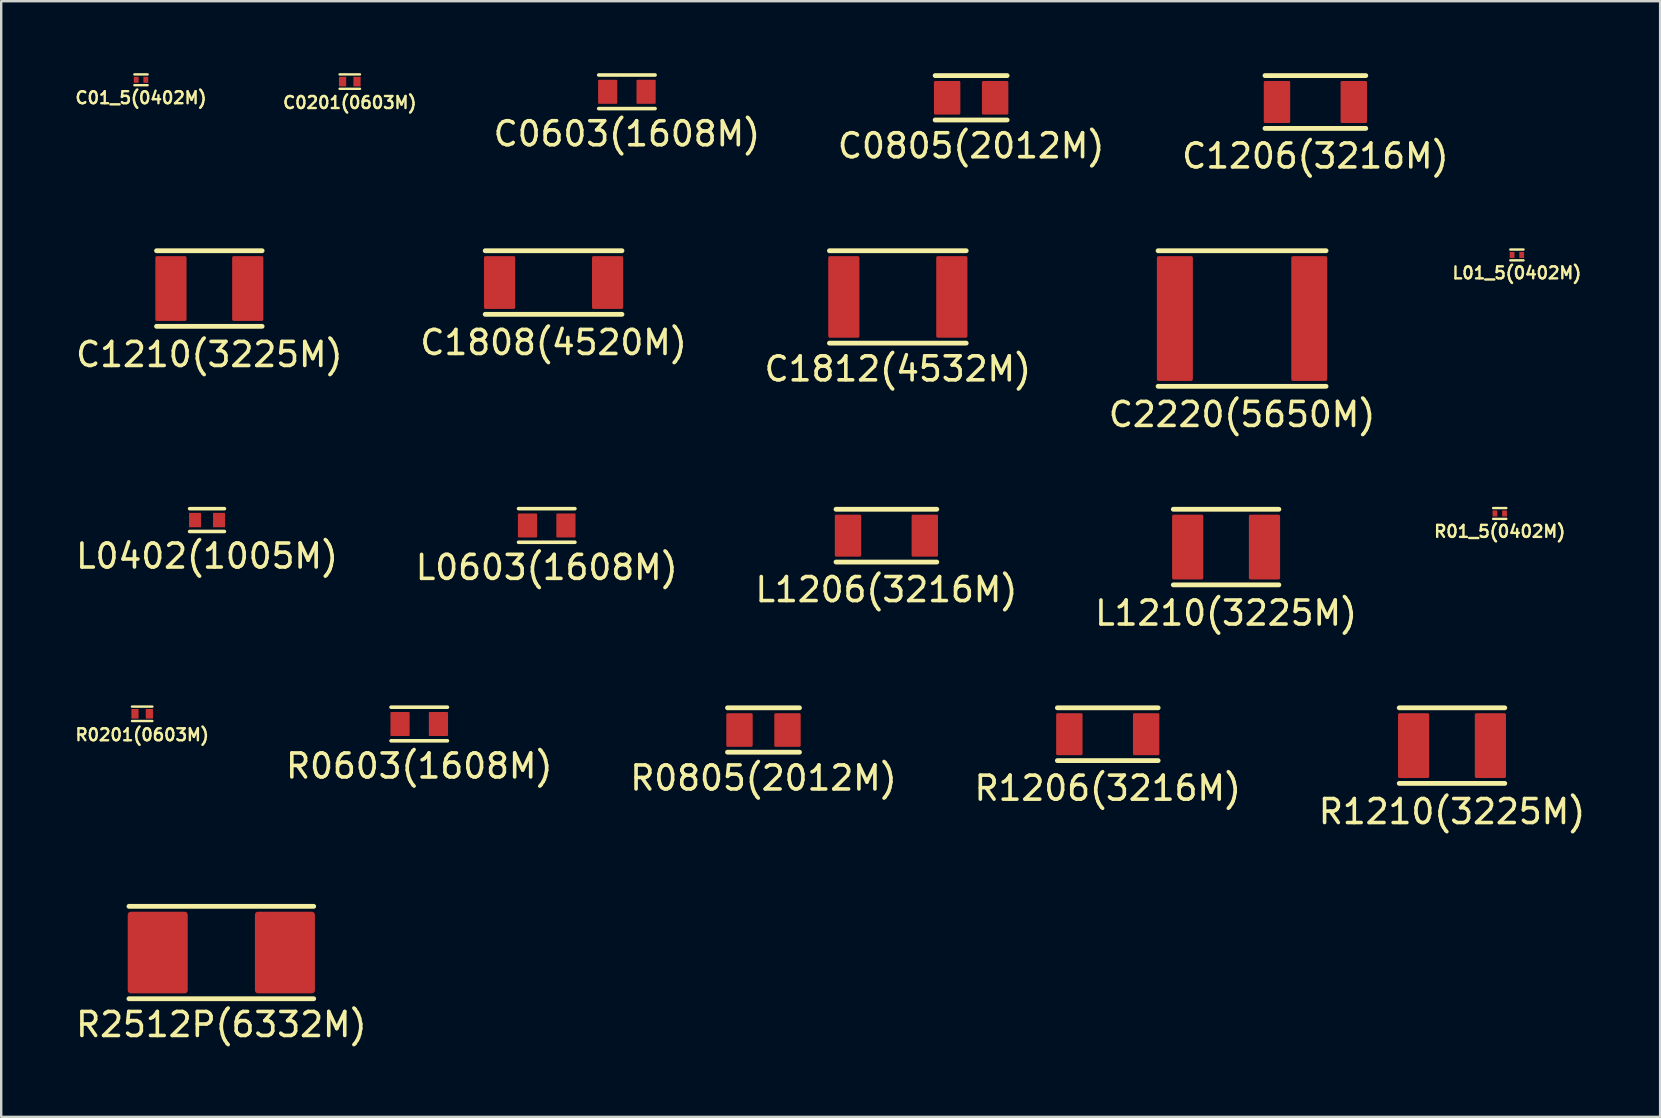
<source format=kicad_pcb>
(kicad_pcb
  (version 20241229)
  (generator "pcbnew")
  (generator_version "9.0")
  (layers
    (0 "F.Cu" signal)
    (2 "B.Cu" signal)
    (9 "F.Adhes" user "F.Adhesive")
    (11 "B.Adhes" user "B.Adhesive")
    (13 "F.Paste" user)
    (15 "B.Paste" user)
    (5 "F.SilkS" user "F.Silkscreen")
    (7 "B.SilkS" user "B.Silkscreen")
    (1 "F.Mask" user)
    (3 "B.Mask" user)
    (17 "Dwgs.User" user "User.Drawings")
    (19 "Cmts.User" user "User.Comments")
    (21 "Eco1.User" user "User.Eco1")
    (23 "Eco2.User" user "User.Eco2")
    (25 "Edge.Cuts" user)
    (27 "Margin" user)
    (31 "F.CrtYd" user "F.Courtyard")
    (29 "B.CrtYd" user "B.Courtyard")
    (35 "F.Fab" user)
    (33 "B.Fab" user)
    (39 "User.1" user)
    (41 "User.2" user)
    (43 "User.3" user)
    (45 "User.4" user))
  (footprint "R2512P(6332M)"
    (layer "F.Cu")
    (at 6.173 36.643)
    (property "Reference" "R2512P(6332M)" (at 0 3 0) (layer "F.SilkS") (effects (font (size 1 1) (thickness 0.15))))
    (attr smd)
    (fp_line (start -3.85 -1.925) (end 3.85 -1.925) (stroke (width 0.2) (type solid)) (layer "F.SilkS"))
    (fp_line (start -3.85 1.925) (end 3.85 1.925) (stroke (width 0.2) (type solid)) (layer "F.SilkS"))
    (pad "1" smd roundrect (at -2.65 0) (size 2.5 3.4) (layers "F.Cu" "F.Mask" "F.Paste") (roundrect_rratio 0.05))
    (pad "2" smd roundrect (at 2.65 0) (size 2.5 3.4) (layers "F.Cu" "F.Mask" "F.Paste") (roundrect_rratio 0.05)))
  (footprint "C1210(3225M)"
    (layer "F.Cu")
    (at 5.673 8.973)
    (property "Reference" "C1210(3225M)" (at 0 2.75 0) (layer "F.SilkS") (effects (font (size 1 1) (thickness 0.15))))
    (attr smd)
    (fp_line (start -2.2 -1.575) (end 2.2 -1.575) (stroke (width 0.2) (type solid)) (layer "F.SilkS"))
    (fp_line (start -2.2 1.575) (end 2.2 1.575) (stroke (width 0.2) (type solid)) (layer "F.SilkS"))
    (pad "1" smd roundrect (at -1.6 0) (size 1.3 2.7) (layers "F.Cu" "F.Mask" "F.Paste") (roundrect_rratio 0.05))
    (pad "2" smd roundrect (at 1.6 0) (size 1.3 2.7) (layers "F.Cu" "F.Mask" "F.Paste") (roundrect_rratio 0.05)))
  (footprint "L1206(3216M)"
    (layer "F.Cu")
    (at 33.887 19.271)
    (property "Reference" "L1206(3216M)" (at 0 2.25 0) (layer "F.SilkS") (effects (font (size 1 1) (thickness 0.15))))
    (attr smd)
    (fp_line (start -2.1 -1.1) (end 2.1 -1.1) (stroke (width 0.2) (type solid)) (layer "F.SilkS"))
    (fp_line (start -2.1 1.1) (end 2.1 1.1) (stroke (width 0.2) (type solid)) (layer "F.SilkS"))
    (pad "1" smd roundrect (at -1.6 0) (size 1.1 1.75) (layers "F.Cu" "F.Mask" "F.Paste") (roundrect_rratio 0.05))
    (pad "2" smd roundrect (at 1.6 0) (size 1.1 1.75) (layers "F.Cu" "F.Mask" "F.Paste") (roundrect_rratio 0.05)))
  (footprint "L1210(3225M)"
    (layer "F.Cu")
    (at 48.042 19.747)
    (property "Reference" "L1210(3225M)" (at 0 2.75 0) (layer "F.SilkS") (effects (font (size 1 1) (thickness 0.15))))
    (attr smd)
    (fp_line (start -2.2 -1.575) (end 2.2 -1.575) (stroke (width 0.2) (type solid)) (layer "F.SilkS"))
    (fp_line (start -2.2 1.575) (end 2.2 1.575) (stroke (width 0.2) (type solid)) (layer "F.SilkS"))
    (pad "1" smd roundrect (at -1.6 0) (size 1.3 2.7) (layers "F.Cu" "F.Mask" "F.Paste") (roundrect_rratio 0.05))
    (pad "2" smd roundrect (at 1.6 0) (size 1.3 2.7) (layers "F.Cu" "F.Mask" "F.Paste") (roundrect_rratio 0.05)))
  (footprint "R0201(0603M)"
    (layer "F.Cu")
    (at 2.874 26.695)
    (property "Reference" "R0201(0603M)" (at 0 0.875 0) (layer "F.SilkS") (effects (font (size 0.5 0.5) (thickness 0.1))))
    (attr smd)
    (fp_line (start -0.425 -0.3) (end 0.425 -0.3) (stroke (width 0.1) (type solid)) (layer "F.SilkS"))
    (fp_line (start -0.425 0.3) (end 0.425 0.3) (stroke (width 0.1) (type solid)) (layer "F.SilkS"))
    (pad "1" smd roundrect (at -0.3 0) (size 0.3 0.4) (layers "F.Cu" "F.Mask" "F.Paste") (roundrect_rratio 0.05))
    (pad "2" smd roundrect (at 0.3 0) (size 0.3 0.4) (layers "F.Cu" "F.Mask" "F.Paste") (roundrect_rratio 0.05)))
  (footprint "C2220(5650M)"
    (layer "F.Cu")
    (at 48.708 10.223)
    (property "Reference" "C2220(5650M)" (at 0 4 0) (layer "F.SilkS") (effects (font (size 1 1) (thickness 0.15))))
    (attr smd)
    (fp_line (start -3.5 -2.825) (end 3.5 -2.825) (stroke (width 0.2) (type solid)) (layer "F.SilkS"))
    (fp_line (start -3.5 2.825) (end 3.5 2.825) (stroke (width 0.2) (type solid)) (layer "F.SilkS"))
    (pad "1" smd roundrect (at -2.8 0) (size 1.5 5.2) (layers "F.Cu" "F.Mask" "F.Paste") (roundrect_rratio 0.05))
    (pad "2" smd roundrect (at 2.8 0) (size 1.5 5.2) (layers "F.Cu" "F.Mask" "F.Paste") (roundrect_rratio 0.05)))
  (footprint "R0805(2012M)"
    (layer "F.Cu")
    (at 28.765 27.37)
    (property "Reference" "R0805(2012M)" (at 0 2 0) (layer "F.SilkS") (effects (font (size 1 1) (thickness 0.15))))
    (attr smd)
    (fp_line (start -1.5 -0.925) (end 1.5 -0.925) (stroke (width 0.2) (type solid)) (layer "F.SilkS"))
    (fp_line (start -1.5 0.925) (end 1.5 0.925) (stroke (width 0.2) (type solid)) (layer "F.SilkS"))
    (pad "1" smd roundrect (at -1 0) (size 1.1 1.4) (layers "F.Cu" "F.Mask" "F.Paste") (roundrect_rratio 0.05))
    (pad "2" smd roundrect (at 1 0) (size 1.1 1.4) (layers "F.Cu" "F.Mask" "F.Paste") (roundrect_rratio 0.05)))
  (footprint "C1206(3216M)"
    (layer "F.Cu")
    (at 51.763 1.2)
    (property "Reference" "C1206(3216M)" (at 0 2.25 0) (layer "F.SilkS") (effects (font (size 1 1) (thickness 0.15))))
    (attr smd)
    (fp_line (start -2.1 -1.1) (end 2.1 -1.1) (stroke (width 0.2) (type solid)) (layer "F.SilkS"))
    (fp_line (start -2.1 1.1) (end 2.1 1.1) (stroke (width 0.2) (type solid)) (layer "F.SilkS"))
    (pad "1" smd roundrect (at -1.6 0) (size 1.1 1.75) (layers "F.Cu" "F.Mask" "F.Paste") (roundrect_rratio 0.05))
    (pad "2" smd roundrect (at 1.6 0) (size 1.1 1.75) (layers "F.Cu" "F.Mask" "F.Paste") (roundrect_rratio 0.05)))
  (footprint "R1210(3225M)"
    (layer "F.Cu")
    (at 57.456 28.02)
    (property "Reference" "R1210(3225M)" (at 0 2.75 0) (layer "F.SilkS") (effects (font (size 1 1) (thickness 0.15))))
    (attr smd)
    (fp_line (start -2.2 -1.575) (end 2.2 -1.575) (stroke (width 0.2) (type solid)) (layer "F.SilkS"))
    (fp_line (start -2.2 1.575) (end 2.2 1.575) (stroke (width 0.2) (type solid)) (layer "F.SilkS"))
    (pad "1" smd roundrect (at -1.6 0) (size 1.3 2.7) (layers "F.Cu" "F.Mask" "F.Paste") (roundrect_rratio 0.05))
    (pad "2" smd roundrect (at 1.6 0) (size 1.3 2.7) (layers "F.Cu" "F.Mask" "F.Paste") (roundrect_rratio 0.05)))
  (footprint "L0603(1608M)"
    (layer "F.Cu")
    (at 19.732 18.846)
    (property "Reference" "L0603(1608M)" (at 0 1.75 0) (layer "F.SilkS") (effects (font (size 1 1) (thickness 0.15))))
    (attr smd)
    (fp_line (start -1.175 -0.7) (end 1.175 -0.7) (stroke (width 0.15) (type solid)) (layer "F.SilkS"))
    (fp_line (start -1.175 0.7) (end 1.175 0.7) (stroke (width 0.15) (type solid)) (layer "F.SilkS"))
    (pad "1" smd roundrect (at -0.8 0) (size 0.8 1) (layers "F.Cu" "F.Mask" "F.Paste") (roundrect_rratio 0.05))
    (pad "2" smd roundrect (at 0.8 0) (size 0.8 1) (layers "F.Cu" "F.Mask" "F.Paste") (roundrect_rratio 0.05)))
  (footprint "C0201(0603M)"
    (layer "F.Cu")
    (at 11.526 0.35)
    (property "Reference" "C0201(0603M)" (at 0 0.875 0) (layer "F.SilkS") (effects (font (size 0.5 0.5) (thickness 0.1))))
    (attr smd)
    (fp_line (start -0.425 -0.3) (end 0.425 -0.3) (stroke (width 0.1) (type solid)) (layer "F.SilkS"))
    (fp_line (start -0.425 0.3) (end 0.425 0.3) (stroke (width 0.1) (type solid)) (layer "F.SilkS"))
    (pad "1" smd roundrect (at -0.3 0) (size 0.3 0.4) (layers "F.Cu" "F.Mask" "F.Paste") (roundrect_rratio 0.05))
    (pad "2" smd roundrect (at 0.3 0) (size 0.3 0.4) (layers "F.Cu" "F.Mask" "F.Paste") (roundrect_rratio 0.05)))
  (footprint "R01_5(0402M)"
    (layer "F.Cu")
    (at 59.445 18.346)
    (property "Reference" "R01_5(0402M)" (at 0 0.75 0) (layer "F.SilkS") (effects (font (size 0.5 0.5) (thickness 0.1))))
    (attr smd)
    (fp_line (start -0.275 -0.225) (end 0.275 -0.225) (stroke (width 0.1) (type solid)) (layer "F.SilkS"))
    (fp_line (start -0.275 0.225) (end 0.275 0.225) (stroke (width 0.1) (type solid)) (layer "F.SilkS"))
    (pad "1" smd roundrect (at -0.2 0 90) (size 0.25 0.2) (layers "F.Cu" "F.Mask" "F.Paste") (roundrect_rratio 0.05))
    (pad "2" smd roundrect (at 0.2 0 90) (size 0.25 0.2) (layers "F.Cu" "F.Mask" "F.Paste") (roundrect_rratio 0.05)))
  (footprint "C0603(1608M)"
    (layer "F.Cu")
    (at 23.073 0.775)
    (property "Reference" "C0603(1608M)" (at 0 1.75 0) (layer "F.SilkS") (effects (font (size 1 1) (thickness 0.15))))
    (attr smd)
    (fp_line (start -1.175 -0.7) (end 1.175 -0.7) (stroke (width 0.15) (type solid)) (layer "F.SilkS"))
    (fp_line (start -1.175 0.7) (end 1.175 0.7) (stroke (width 0.15) (type solid)) (layer "F.SilkS"))
    (pad "1" smd roundrect (at -0.8 0 90) (size 1 0.8) (layers "F.Cu" "F.Mask" "F.Paste") (roundrect_rratio 0.05))
    (pad "2" smd roundrect (at 0.8 0 90) (size 1 0.8) (layers "F.Cu" "F.Mask" "F.Paste") (roundrect_rratio 0.05)))
  (footprint "C0805(2012M)"
    (layer "F.Cu")
    (at 37.418 1.025)
    (property "Reference" "C0805(2012M)" (at 0 2 0) (layer "F.SilkS") (effects (font (size 1 1) (thickness 0.15))))
    (attr smd)
    (fp_line (start -1.5 -0.925) (end 1.5 -0.925) (stroke (width 0.2) (type solid)) (layer "F.SilkS"))
    (fp_line (start -1.5 0.925) (end 1.5 0.925) (stroke (width 0.2) (type solid)) (layer "F.SilkS"))
    (pad "1" smd roundrect (at -1 0) (size 1.1 1.4) (layers "F.Cu" "F.Mask" "F.Paste") (roundrect_rratio 0.05))
    (pad "2" smd roundrect (at 1 0) (size 1.1 1.4) (layers "F.Cu" "F.Mask" "F.Paste") (roundrect_rratio 0.05)))
  (footprint "L01_5(0402M)"
    (layer "F.Cu")
    (at 60.16 7.573)
    (property "Reference" "L01_5(0402M)" (at 0 0.75 0) (layer "F.SilkS") (effects (font (size 0.5 0.5) (thickness 0.1))))
    (attr smd)
    (fp_line (start -0.275 -0.225) (end 0.275 -0.225) (stroke (width 0.1) (type solid)) (layer "F.SilkS"))
    (fp_line (start -0.275 0.225) (end 0.275 0.225) (stroke (width 0.1) (type solid)) (layer "F.SilkS"))
    (pad "1" smd roundrect (at -0.2 0) (size 0.2 0.25) (layers "F.Cu" "F.Mask" "F.Paste") (roundrect_rratio 0.05))
    (pad "2" smd roundrect (at 0.2 0) (size 0.2 0.25) (layers "F.Cu" "F.Mask" "F.Paste") (roundrect_rratio 0.05)))
  (footprint "L0402(1005M)"
    (layer "F.Cu")
    (at 5.577 18.622)
    (property "Reference" "L0402(1005M)" (at 0 1.5 0) (layer "F.SilkS") (effects (font (size 1 1) (thickness 0.15))))
    (attr smd)
    (fp_line (start -0.725 -0.475) (end 0.725 -0.475) (stroke (width 0.15) (type solid)) (layer "F.SilkS"))
    (fp_line (start -0.725 0.475) (end 0.725 0.475) (stroke (width 0.15) (type solid)) (layer "F.SilkS"))
    (pad "1" smd roundrect (at -0.5 0) (size 0.5 0.6) (layers "F.Cu" "F.Mask" "F.Paste") (roundrect_rratio 0.05))
    (pad "2" smd roundrect (at 0.5 0) (size 0.5 0.6) (layers "F.Cu" "F.Mask" "F.Paste") (roundrect_rratio 0.05)))
  (footprint "R0603(1608M)"
    (layer "F.Cu")
    (at 14.42 27.12)
    (property "Reference" "R0603(1608M)" (at 0 1.75 0) (layer "F.SilkS") (effects (font (size 1 1) (thickness 0.15))))
    (attr smd)
    (fp_line (start -1.175 -0.7) (end 1.175 -0.7) (stroke (width 0.15) (type solid)) (layer "F.SilkS"))
    (fp_line (start -1.175 0.7) (end 1.175 0.7) (stroke (width 0.15) (type solid)) (layer "F.SilkS"))
    (pad "1" smd roundrect (at -0.8 0 90) (size 1 0.8) (layers "F.Cu" "F.Mask" "F.Paste") (roundrect_rratio 0.05))
    (pad "2" smd roundrect (at 0.8 0 90) (size 1 0.8) (layers "F.Cu" "F.Mask" "F.Paste") (roundrect_rratio 0.05)))
  (footprint "C01_5(0402M)"
    (layer "F.Cu")
    (at 2.826 0.275)
    (property "Reference" "C01_5(0402M)" (at 0 0.75 0) (layer "F.SilkS") (effects (font (size 0.5 0.5) (thickness 0.1))))
    (attr smd)
    (fp_line (start -0.275 -0.225) (end 0.275 -0.225) (stroke (width 0.1) (type solid)) (layer "F.SilkS"))
    (fp_line (start -0.275 0.225) (end 0.275 0.225) (stroke (width 0.1) (type solid)) (layer "F.SilkS"))
    (pad "1" smd roundrect (at -0.2 0 90) (size 0.25 0.2) (layers "F.Cu" "F.Mask" "F.Paste") (roundrect_rratio 0.05))
    (pad "2" smd roundrect (at 0.2 0 90) (size 0.25 0.2) (layers "F.Cu" "F.Mask" "F.Paste") (roundrect_rratio 0.05)))
  (footprint "C1812(4532M)"
    (layer "F.Cu")
    (at 34.363 9.323)
    (property "Reference" "C1812(4532M)" (at 0 3 0) (layer "F.SilkS") (effects (font (size 1 1) (thickness 0.15))))
    (attr smd)
    (fp_line (start -2.85 -1.925) (end 2.85 -1.925) (stroke (width 0.2) (type solid)) (layer "F.SilkS"))
    (fp_line (start -2.85 1.925) (end 2.85 1.925) (stroke (width 0.2) (type solid)) (layer "F.SilkS"))
    (pad "1" smd roundrect (at -2.25 0) (size 1.3 3.4) (layers "F.Cu" "F.Mask" "F.Paste") (roundrect_rratio 0.05))
    (pad "2" smd roundrect (at 2.25 0) (size 1.3 3.4) (layers "F.Cu" "F.Mask" "F.Paste") (roundrect_rratio 0.05)))
  (footprint "C1808(4520M)"
    (layer "F.Cu")
    (at 20.018 8.723)
    (property "Reference" "C1808(4520M)" (at 0 2.5 0) (layer "F.SilkS") (effects (font (size 1 1) (thickness 0.15))))
    (attr smd)
    (fp_line (start -2.85 -1.325) (end 2.85 -1.325) (stroke (width 0.2) (type solid)) (layer "F.SilkS"))
    (fp_line (start -2.85 1.325) (end 2.85 1.325) (stroke (width 0.2) (type solid)) (layer "F.SilkS"))
    (pad "1" smd roundrect (at -2.25 0) (size 1.3 2.2) (layers "F.Cu" "F.Mask" "F.Paste") (roundrect_rratio 0.05))
    (pad "2" smd roundrect (at 2.25 0) (size 1.3 2.2) (layers "F.Cu" "F.Mask" "F.Paste") (roundrect_rratio 0.05)))
  (footprint "R1206(3216M)"
    (layer "F.Cu")
    (at 43.111 27.545)
    (property "Reference" "R1206(3216M)" (at 0 2.25 0) (layer "F.SilkS") (effects (font (size 1 1) (thickness 0.15))))
    (attr smd)
    (fp_line (start -2.1 -1.1) (end 2.1 -1.1) (stroke (width 0.2) (type solid)) (layer "F.SilkS"))
    (fp_line (start -2.1 1.1) (end 2.1 1.1) (stroke (width 0.2) (type solid)) (layer "F.SilkS"))
    (pad "1" smd roundrect (at -1.6 0) (size 1.1 1.75) (layers "F.Cu" "F.Mask" "F.Paste") (roundrect_rratio 0.05))
    (pad "2" smd roundrect (at 1.6 0) (size 1.1 1.75) (layers "F.Cu" "F.Mask" "F.Paste") (roundrect_rratio 0.05)))
  (gr_rect
    (start -3 -3)
    (end 66.129 43.491)
    (stroke (width 0.1) (type default))
    (fill no)
    (layer "Edge.Cuts")))
</source>
